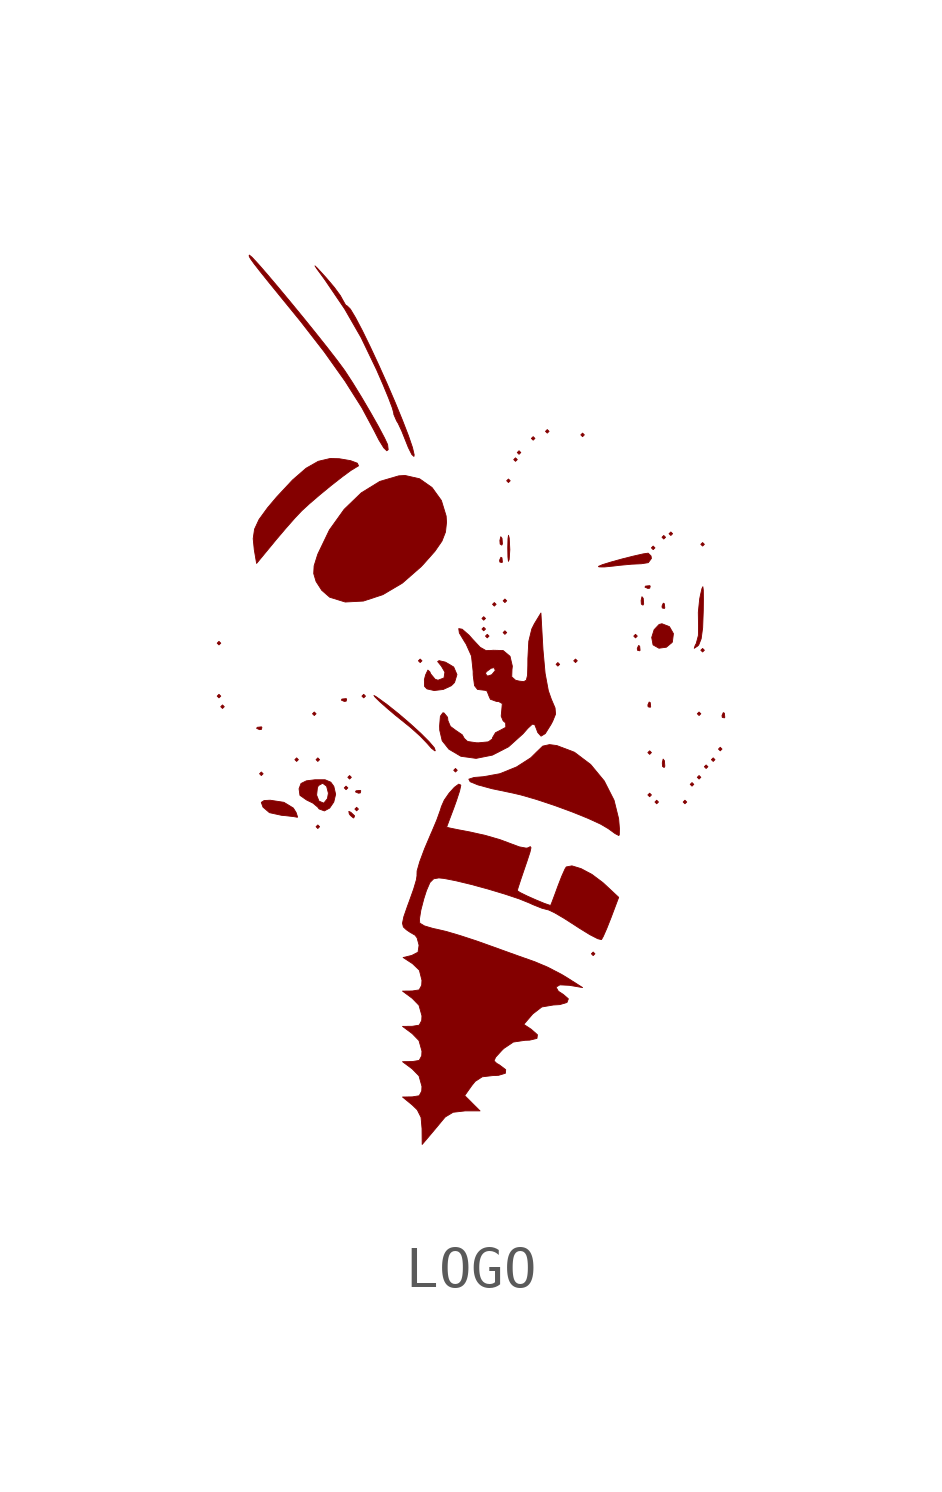
<source format=kicad_sym>
(kicad_symbol_lib
  (version 20220914)
  (generator bitmap2component)
  (symbol "LOGO"
    (pin_names
      (offset 1.016))
    (property "Reference" "#G"
      (at 0 11.218 0)
      (effects (font (size 1.27 1.27)) hide))
    (symbol "LOGO_0_0"
      (polyline (pts (xy -0.992 -10.489) (xy -0.821 -10.285) (xy -0.657 -10.087) (xy -0.625 -10.051) (xy -0.439 -9.939) (xy -0.151 -9.906) (xy 0.207 -9.906) (xy 0.023 -9.722) (xy -0.16 -9.539) (xy 0.01 -9.299) (xy 0.091 -9.198) (xy 0.261 -9.088) (xy 0.514 -9.059) (xy 0.651 -9.053) (xy 0.815 -9.004) (xy 0.823 -8.917) (xy 0.669 -8.801) (xy 0.608 -8.767) (xy 0.544 -8.705) (xy 0.581 -8.619) (xy 0.727 -8.459) (xy 0.776 -8.41) (xy 1.006 -8.255) (xy 1.286 -8.213) (xy 1.398 -8.209) (xy 1.573 -8.167) (xy 1.584 -8.08) (xy 1.433 -7.947) (xy 1.257 -7.831) (xy 1.457 -7.598) (xy 1.472 -7.581) (xy 1.689 -7.413) (xy 1.966 -7.366) (xy 2.12 -7.357) (xy 2.293 -7.305) (xy 2.326 -7.218) (xy 2.204 -7.113) (xy 2.086 -7.036) (xy 2.03 -6.937) (xy 2.123 -6.883) (xy 2.349 -6.894) (xy 2.667 -6.948) (xy 2.286 -6.706) (xy 2.168 -6.635) (xy 1.834 -6.461) (xy 1.524 -6.33) (xy 1.411 -6.29) (xy 1.102 -6.181) (xy 0.722 -6.044) (xy 0.328 -5.902) (xy 0.116 -5.827) (xy -0.269 -5.701) (xy -0.604 -5.602) (xy -0.836 -5.548) (xy -0.915 -5.532) (xy -1.127 -5.469) (xy -1.238 -5.402) (xy -1.246 -5.308) (xy -1.212 -5.093) (xy -1.14 -4.817) (xy -1.077 -4.62) (xy -0.994 -4.428) (xy -0.904 -4.339) (xy -0.781 -4.318) (xy -0.659 -4.33) (xy -0.373 -4.386) (xy -0.004 -4.475) (xy 0.403 -4.586) (xy 0.802 -4.706) (xy 1.147 -4.821) (xy 1.392 -4.92) (xy 1.476 -4.959) (xy 1.691 -5.045) (xy 1.825 -5.08) (xy 1.844 -5.083) (xy 1.988 -5.15) (xy 2.219 -5.285) (xy 2.498 -5.464) (xy 2.585 -5.521) (xy 2.841 -5.679) (xy 3.032 -5.777) (xy 3.12 -5.798) (xy 3.162 -5.724) (xy 3.248 -5.529) (xy 3.352 -5.266) (xy 3.533 -4.784) (xy 3.19 -4.464) (xy 3.154 -4.431) (xy 2.894 -4.236) (xy 2.632 -4.096) (xy 2.412 -4.029) (xy 2.276 -4.055) (xy 2.245 -4.105) (xy 2.166 -4.282) (xy 2.07 -4.53) (xy 2.01 -4.695) (xy 1.937 -4.89) (xy 1.903 -4.975) (xy 1.881 -4.974) (xy 1.75 -4.929) (xy 1.55 -4.846) (xy 1.338 -4.752) (xy 1.169 -4.669) (xy 1.101 -4.624) (xy 1.12 -4.556) (xy 1.181 -4.368) (xy 1.27 -4.106) (xy 1.334 -3.919) (xy 1.406 -3.7) (xy 1.43 -3.593) (xy 1.412 -3.568) (xy 1.357 -3.597) (xy 1.315 -3.604) (xy 1.144 -3.572) (xy 0.913 -3.485) (xy 0.693 -3.403) (xy 0.34 -3.3) (xy -0.021 -3.219) (xy -0.034 -3.216) (xy -0.316 -3.163) (xy -0.516 -3.122) (xy -0.593 -3.102) (xy -0.577 -3.055) (xy -0.515 -2.889) (xy -0.423 -2.645) (xy -0.356 -2.458) (xy -0.282 -2.23) (xy -0.254 -2.101) (xy -0.255 -2.091) (xy -0.303 -2.069) (xy -0.408 -2.146) (xy -0.535 -2.287) (xy -0.65 -2.453) (xy -0.719 -2.609) (xy -0.741 -2.684) (xy -0.831 -2.934) (xy -0.947 -3.209) (xy -0.969 -3.258) (xy -1.123 -3.62) (xy -1.238 -3.929) (xy -1.302 -4.152) (xy -1.305 -4.255) (xy -1.303 -4.259) (xy -1.32 -4.368) (xy -1.385 -4.587) (xy -1.487 -4.873) (xy -1.533 -4.997) (xy -1.621 -5.252) (xy -1.652 -5.405) (xy -1.631 -5.494) (xy -1.56 -5.561) (xy -1.466 -5.625) (xy -1.351 -5.691) (xy -1.302 -5.755) (xy -1.257 -5.922) (xy -1.255 -5.939) (xy -1.279 -6.1) (xy -1.432 -6.178) (xy -1.637 -6.227) (xy -1.411 -6.375) (xy -1.247 -6.532) (xy -1.185 -6.775) (xy -1.192 -6.894) (xy -1.252 -7.004) (xy -1.418 -7.03) (xy -1.651 -7.033) (xy -1.418 -7.206) (xy -1.256 -7.373) (xy -1.185 -7.627) (xy -1.191 -7.738) (xy -1.251 -7.85) (xy -1.418 -7.877) (xy -1.651 -7.879) (xy -1.418 -8.053) (xy -1.256 -8.22) (xy -1.185 -8.474) (xy -1.191 -8.585) (xy -1.251 -8.696) (xy -1.418 -8.723) (xy -1.651 -8.726) (xy -1.418 -8.9) (xy -1.256 -9.066) (xy -1.185 -9.32) (xy -1.191 -9.431) (xy -1.251 -9.543) (xy -1.418 -9.57) (xy -1.651 -9.573) (xy -1.418 -9.764) (xy -1.298 -9.88) (xy -1.207 -10.061) (xy -1.183 -10.332) (xy -1.18 -10.71) (xy -0.992 -10.489)) (stroke (width 0.01) (type default)) (fill (type outline)))
      (polyline (pts (xy 2.963 -6.138) (xy 2.921 -6.096) (xy 2.879 -6.138) (xy 2.921 -6.181) (xy 2.963 -6.138)) (stroke (width 0.01) (type default)) (fill (type outline)))
      (polyline (pts (xy 3.548 -3.279) (xy 3.551 -3.133) (xy 3.532 -2.9) (xy 3.422 -2.455) (xy 3.187 -1.993) (xy 2.861 -1.598) (xy 2.472 -1.304) (xy 2.05 -1.144) (xy 1.875 -1.121) (xy 1.712 -1.157) (xy 1.569 -1.295) (xy 1.425 -1.437) (xy 1.081 -1.658) (xy 0.679 -1.82) (xy 0.286 -1.891) (xy 0.065 -1.909) (xy -0.061 -1.95) (xy -0.029 -2.011) (xy 0.159 -2.088) (xy 0.497 -2.179) (xy 0.981 -2.28) (xy 1.183 -2.327) (xy 1.554 -2.434) (xy 1.973 -2.573) (xy 2.397 -2.728) (xy 2.785 -2.884) (xy 3.094 -3.025) (xy 3.282 -3.135) (xy 3.29 -3.141) (xy 3.447 -3.255) (xy 3.537 -3.302) (xy 3.548 -3.279)) (stroke (width 0.01) (type default)) (fill (type outline)))
      (polyline (pts (xy -3.641 -3.09) (xy -3.683 -3.048) (xy -3.725 -3.09) (xy -3.683 -3.133) (xy -3.641 -3.09)) (stroke (width 0.01) (type default)) (fill (type outline)))
      (polyline (pts (xy -4.17 -2.853) (xy -4.204 -2.749) (xy -4.271 -2.642) (xy -4.497 -2.505) (xy -4.823 -2.455) (xy -4.97 -2.462) (xy -5.039 -2.506) (xy -4.998 -2.62) (xy -4.997 -2.621) (xy -4.843 -2.753) (xy -4.551 -2.817) (xy -4.458 -2.825) (xy -4.26 -2.848) (xy -4.173 -2.864) (xy -4.17 -2.853)) (stroke (width 0.01) (type default)) (fill (type outline)))
      (polyline (pts (xy -2.82 -2.878) (xy -2.801 -2.829) (xy -2.892 -2.744) (xy -2.939 -2.723) (xy -2.929 -2.781) (xy -2.903 -2.818) (xy -2.831 -2.879) (xy -2.82 -2.878)) (stroke (width 0.01) (type default)) (fill (type outline)))
      (polyline (pts (xy -3.399 -2.643) (xy -3.3 -2.498) (xy -3.256 -2.312) (xy -3.299 -2.123) (xy -3.372 -2.022) (xy -3.509 -1.964) (xy -3.752 -1.964) (xy -3.958 -1.99) (xy -4.086 -2.054) (xy -4.133 -2.18) (xy -4.112 -2.332) (xy -3.712 -2.332) (xy -3.692 -2.152) (xy -3.667 -2.103) (xy -3.568 -2.048) (xy -3.472 -2.118) (xy -3.429 -2.286) (xy -3.452 -2.417) (xy -3.535 -2.519) (xy -3.548 -2.522) (xy -3.655 -2.476) (xy -3.712 -2.332) (xy -4.112 -2.332) (xy -4.11 -2.339) (xy -3.951 -2.45) (xy -3.802 -2.523) (xy -3.686 -2.619) (xy -3.652 -2.664) (xy -3.526 -2.711) (xy -3.399 -2.643)) (stroke (width 0.01) (type default)) (fill (type outline)))
      (polyline (pts (xy -2.709 -2.667) (xy -2.752 -2.625) (xy -2.794 -2.667) (xy -2.752 -2.709) (xy -2.709 -2.667)) (stroke (width 0.01) (type default)) (fill (type outline)))
      (polyline (pts (xy 4.487 -2.498) (xy 4.445 -2.455) (xy 4.403 -2.498) (xy 4.445 -2.54) (xy 4.487 -2.498)) (stroke (width 0.01) (type default)) (fill (type outline)))
      (polyline (pts (xy 5.165 -2.498) (xy 5.122 -2.455) (xy 5.08 -2.498) (xy 5.122 -2.54) (xy 5.165 -2.498)) (stroke (width 0.01) (type default)) (fill (type outline)))
      (polyline (pts (xy 4.318 -2.328) (xy 4.276 -2.286) (xy 4.233 -2.328) (xy 4.276 -2.371) (xy 4.318 -2.328)) (stroke (width 0.01) (type default)) (fill (type outline)))
      (polyline (pts (xy -2.664 -2.28) (xy -2.653 -2.229) (xy -2.665 -2.219) (xy -2.766 -2.229) (xy -2.779 -2.255) (xy -2.709 -2.286) (xy -2.664 -2.28)) (stroke (width 0.01) (type default)) (fill (type outline)))
      (polyline (pts (xy -2.963 -2.159) (xy -3.006 -2.117) (xy -3.048 -2.159) (xy -3.006 -2.201) (xy -2.963 -2.159)) (stroke (width 0.01) (type default)) (fill (type outline)))
      (polyline (pts (xy 5.334 -2.074) (xy 5.292 -2.032) (xy 5.249 -2.074) (xy 5.292 -2.117) (xy 5.334 -2.074)) (stroke (width 0.01) (type default)) (fill (type outline)))
      (polyline (pts (xy -2.879 -1.905) (xy -2.921 -1.863) (xy -2.963 -1.905) (xy -2.921 -1.947) (xy -2.879 -1.905)) (stroke (width 0.01) (type default)) (fill (type outline)))
      (polyline (pts (xy 5.503 -1.905) (xy 5.461 -1.863) (xy 5.419 -1.905) (xy 5.461 -1.947) (xy 5.503 -1.905)) (stroke (width 0.01) (type default)) (fill (type outline)))
      (polyline (pts (xy -4.995 -1.82) (xy -5.038 -1.778) (xy -5.08 -1.82) (xy -5.038 -1.863) (xy -4.995 -1.82)) (stroke (width 0.01) (type default)) (fill (type outline)))
      (polyline (pts (xy -0.339 -1.736) (xy -0.381 -1.693) (xy -0.423 -1.736) (xy -0.381 -1.778) (xy -0.339 -1.736)) (stroke (width 0.01) (type default)) (fill (type outline)))
      (polyline (pts (xy 4.64 -1.64) (xy 4.63 -1.508) (xy 4.599 -1.469) (xy 4.579 -1.559) (xy 4.585 -1.645) (xy 4.623 -1.67) (xy 4.64 -1.64)) (stroke (width 0.01) (type default)) (fill (type outline)))
      (polyline (pts (xy 5.673 -1.651) (xy 5.63 -1.609) (xy 5.588 -1.651) (xy 5.63 -1.693) (xy 5.673 -1.651)) (stroke (width 0.01) (type default)) (fill (type outline)))
      (polyline (pts (xy -4.149 -1.482) (xy -4.191 -1.439) (xy -4.233 -1.482) (xy -4.191 -1.524) (xy -4.149 -1.482)) (stroke (width 0.01) (type default)) (fill (type outline)))
      (polyline (pts (xy -3.641 -1.482) (xy -3.683 -1.439) (xy -3.725 -1.482) (xy -3.683 -1.524) (xy -3.641 -1.482)) (stroke (width 0.01) (type default)) (fill (type outline)))
      (polyline (pts (xy 5.842 -1.482) (xy 5.8 -1.439) (xy 5.757 -1.482) (xy 5.8 -1.524) (xy 5.842 -1.482)) (stroke (width 0.01) (type default)) (fill (type outline)))
      (polyline (pts (xy 0.504 -1.373) (xy 0.891 -1.174) (xy 1.237 -0.863) (xy 1.353 -0.731) (xy 1.461 -0.631) (xy 1.518 -0.64) (xy 1.561 -0.744) (xy 1.591 -0.828) (xy 1.671 -0.918) (xy 1.772 -0.857) (xy 1.909 -0.638) (xy 1.95 -0.56) (xy 2.019 -0.39) (xy 2.007 -0.242) (xy 1.917 -0.031) (xy 1.846 0.17) (xy 1.768 0.591) (xy 1.717 1.159) (xy 1.668 2.035) (xy 1.511 1.777) (xy 1.449 1.653) (xy 1.377 1.357) (xy 1.355 0.941) (xy 1.354 0.778) (xy 1.347 0.542) (xy 1.318 0.423) (xy 1.255 0.389) (xy 1.143 0.403) (xy 1.059 0.423) (xy 0.968 0.504) (xy 0.974 0.681) (xy 0.983 0.76) (xy 0.927 0.997) (xy 0.762 1.135) (xy 0.517 1.142) (xy 0.503 1.139) (xy 0.351 1.133) (xy 0.209 1.214) (xy 0.027 1.409) (xy -0.06 1.507) (xy -0.221 1.647) (xy -0.303 1.661) (xy -0.288 1.556) (xy -0.157 1.338) (xy -0.129 1.297) (xy 0.003 1.003) (xy 0.042 0.636) (xy 0.043 0.577) (xy 0.339 0.577) (xy 0.356 0.624) (xy 0.473 0.711) (xy 0.547 0.725) (xy 0.573 0.661) (xy 0.571 0.654) (xy 0.49 0.556) (xy 0.388 0.521) (xy 0.339 0.577) (xy 0.043 0.577) (xy 0.044 0.539) (xy 0.076 0.293) (xy 0.148 0.202) (xy 0.177 0.199) (xy 0.339 0.18) (xy 0.377 0.161) (xy 0.423 0.042) (xy 0.457 -0.034) (xy 0.602 -0.085) (xy 0.652 -0.087) (xy 0.742 -0.137) (xy 0.729 -0.291) (xy 0.715 -0.438) (xy 0.762 -0.55) (xy 0.822 -0.601) (xy 0.826 -0.706) (xy 0.677 -0.786) (xy 0.579 -0.835) (xy 0.508 -0.954) (xy 0.504 -0.984) (xy 0.407 -1.055) (xy 0.169 -1.078) (xy 0.121 -1.077) (xy -0.091 -1.046) (xy -0.169 -0.976) (xy -0.22 -0.885) (xy -0.373 -0.781) (xy -0.504 -0.684) (xy -0.563 -0.544) (xy -0.571 -0.466) (xy -0.656 -0.362) (xy -0.684 -0.358) (xy -0.743 -0.44) (xy -0.762 -0.674) (xy -0.759 -0.775) (xy -0.7 -1.028) (xy -0.538 -1.232) (xy -0.251 -1.401) (xy 0.113 -1.451) (xy 0.504 -1.373)) (stroke (width 0.01) (type default)) (fill (type outline)))
      (polyline (pts (xy 4.318 -1.312) (xy 4.276 -1.27) (xy 4.233 -1.312) (xy 4.276 -1.355) (xy 4.318 -1.312)) (stroke (width 0.01) (type default)) (fill (type outline)))
      (polyline (pts (xy -0.866 -1.268) (xy -0.888 -1.199) (xy -1.012 -1.053) (xy -1.212 -0.853) (xy -1.465 -0.622) (xy -1.745 -0.382) (xy -2.027 -0.157) (xy -2.286 0.03) (xy -2.337 0.058) (xy -2.307 0.015) (xy -2.193 -0.095) (xy -2.021 -0.248) (xy -1.817 -0.421) (xy -1.606 -0.59) (xy -1.458 -0.71) (xy -1.229 -0.915) (xy -1.073 -1.077) (xy -0.954 -1.211) (xy -0.877 -1.27) (xy -0.866 -1.268)) (stroke (width 0.01) (type default)) (fill (type outline)))
      (polyline (pts (xy 6.011 -1.228) (xy 5.969 -1.185) (xy 5.927 -1.228) (xy 5.969 -1.27) (xy 6.011 -1.228)) (stroke (width 0.01) (type default)) (fill (type outline)))
      (polyline (pts (xy -5.035 -0.756) (xy -5.024 -0.706) (xy -5.036 -0.695) (xy -5.136 -0.706) (xy -5.15 -0.731) (xy -5.08 -0.762) (xy -5.035 -0.756)) (stroke (width 0.01) (type default)) (fill (type outline)))
      (polyline (pts (xy 6.078 -0.467) (xy 6.068 -0.367) (xy 6.042 -0.354) (xy 6.011 -0.423) (xy 6.017 -0.468) (xy 6.068 -0.48) (xy 6.078 -0.467)) (stroke (width 0.01) (type default)) (fill (type outline)))
      (polyline (pts (xy -3.725 -0.381) (xy -3.768 -0.339) (xy -3.81 -0.381) (xy -3.768 -0.423) (xy -3.725 -0.381)) (stroke (width 0.01) (type default)) (fill (type outline)))
      (polyline (pts (xy 5.503 -0.381) (xy 5.461 -0.339) (xy 5.419 -0.381) (xy 5.461 -0.423) (xy 5.503 -0.381)) (stroke (width 0.01) (type default)) (fill (type outline)))
      (polyline (pts (xy -5.927 -0.212) (xy -5.969 -0.169) (xy -6.011 -0.212) (xy -5.969 -0.254) (xy -5.927 -0.212)) (stroke (width 0.01) (type default)) (fill (type outline)))
      (polyline (pts (xy 4.3 -0.213) (xy 4.29 -0.113) (xy 4.264 -0.1) (xy 4.233 -0.169) (xy 4.239 -0.214) (xy 4.29 -0.226) (xy 4.3 -0.213)) (stroke (width 0.01) (type default)) (fill (type outline)))
      (polyline (pts (xy -3.003 -0.079) (xy -2.992 -0.028) (xy -3.004 -0.018) (xy -3.104 -0.028) (xy -3.118 -0.054) (xy -3.048 -0.085) (xy -3.003 -0.079)) (stroke (width 0.01) (type default)) (fill (type outline)))
      (polyline (pts (xy -6.011 0.042) (xy -6.054 0.085) (xy -6.096 0.042) (xy -6.054 0) (xy -6.011 0.042)) (stroke (width 0.01) (type default)) (fill (type outline)))
      (polyline (pts (xy -2.54 0.042) (xy -2.582 0.085) (xy -2.625 0.042) (xy -2.582 0) (xy -2.54 0.042)) (stroke (width 0.01) (type default)) (fill (type outline)))
      (polyline (pts (xy -0.674 0.202) (xy -0.48 0.292) (xy -0.404 0.369) (xy -0.346 0.559) (xy -0.424 0.74) (xy -0.622 0.857) (xy -0.775 0.893) (xy -0.809 0.871) (xy -0.72 0.762) (xy -0.635 0.617) (xy -0.656 0.479) (xy -0.8 0.423) (xy -0.87 0.447) (xy -0.974 0.572) (xy -0.998 0.627) (xy -1.043 0.666) (xy -1.098 0.55) (xy -1.127 0.436) (xy -1.122 0.275) (xy -1.065 0.215) (xy -0.892 0.176) (xy -0.674 0.202)) (stroke (width 0.01) (type default)) (fill (type outline)))
      (polyline (pts (xy 2.117 0.804) (xy 2.074 0.847) (xy 2.032 0.804) (xy 2.074 0.762) (xy 2.117 0.804)) (stroke (width 0.01) (type default)) (fill (type outline)))
      (polyline (pts (xy -1.185 0.889) (xy -1.228 0.931) (xy -1.27 0.889) (xy -1.228 0.847) (xy -1.185 0.889)) (stroke (width 0.01) (type default)) (fill (type outline)))
      (polyline (pts (xy 2.54 0.889) (xy 2.498 0.931) (xy 2.455 0.889) (xy 2.498 0.847) (xy 2.54 0.889)) (stroke (width 0.01) (type default)) (fill (type outline)))
      (polyline (pts (xy 4.046 1.141) (xy 4.036 1.242) (xy 4.01 1.255) (xy 3.979 1.185) (xy 3.985 1.141) (xy 4.036 1.129) (xy 4.046 1.141)) (stroke (width 0.01) (type default)) (fill (type outline)))
      (polyline (pts (xy 5.588 1.143) (xy 5.546 1.185) (xy 5.503 1.143) (xy 5.546 1.101) (xy 5.588 1.143)) (stroke (width 0.01) (type default)) (fill (type outline)))
      (polyline (pts (xy 4.677 1.215) (xy 4.815 1.331) (xy 4.821 1.343) (xy 4.846 1.541) (xy 4.75 1.708) (xy 4.571 1.778) (xy 4.503 1.761) (xy 4.384 1.636) (xy 4.325 1.449) (xy 4.357 1.275) (xy 4.361 1.269) (xy 4.499 1.191) (xy 4.677 1.215)) (stroke (width 0.01) (type default)) (fill (type outline)))
      (polyline (pts (xy 5.428 1.244) (xy 5.453 1.27) (xy 5.511 1.417) (xy 5.547 1.682) (xy 5.562 2.091) (xy 5.565 2.355) (xy 5.563 2.583) (xy 5.552 2.666) (xy 5.529 2.619) (xy 5.492 2.455) (xy 5.476 2.374) (xy 5.443 2.052) (xy 5.447 1.771) (xy 5.449 1.75) (xy 5.445 1.498) (xy 5.394 1.305) (xy 5.367 1.256) (xy 5.346 1.189) (xy 5.428 1.244)) (stroke (width 0.01) (type default)) (fill (type outline)))
      (polyline (pts (xy -6.011 1.312) (xy -6.054 1.355) (xy -6.096 1.312) (xy -6.054 1.27) (xy -6.011 1.312)) (stroke (width 0.01) (type default)) (fill (type outline)))
      (polyline (pts (xy 0.423 1.482) (xy 0.381 1.524) (xy 0.339 1.482) (xy 0.381 1.439) (xy 0.423 1.482)) (stroke (width 0.01) (type default)) (fill (type outline)))
      (polyline (pts (xy 3.979 1.482) (xy 3.937 1.524) (xy 3.895 1.482) (xy 3.937 1.439) (xy 3.979 1.482)) (stroke (width 0.01) (type default)) (fill (type outline)))
      (polyline (pts (xy 0.847 1.566) (xy 0.804 1.609) (xy 0.762 1.566) (xy 0.804 1.524) (xy 0.847 1.566)) (stroke (width 0.01) (type default)) (fill (type outline)))
      (polyline (pts (xy 0.339 1.651) (xy 0.296 1.693) (xy 0.254 1.651) (xy 0.296 1.609) (xy 0.339 1.651)) (stroke (width 0.01) (type default)) (fill (type outline)))
      (polyline (pts (xy 0.339 1.905) (xy 0.296 1.947) (xy 0.254 1.905) (xy 0.296 1.863) (xy 0.339 1.905)) (stroke (width 0.01) (type default)) (fill (type outline)))
      (polyline (pts (xy 4.639 2.157) (xy 4.628 2.258) (xy 4.603 2.271) (xy 4.572 2.201) (xy 4.578 2.156) (xy 4.628 2.145) (xy 4.639 2.157)) (stroke (width 0.01) (type default)) (fill (type outline)))
      (polyline (pts (xy 0.593 2.244) (xy 0.55 2.286) (xy 0.508 2.244) (xy 0.55 2.201) (xy 0.593 2.244)) (stroke (width 0.01) (type default)) (fill (type outline)))
      (polyline (pts (xy 4.132 2.254) (xy 4.122 2.387) (xy 4.091 2.426) (xy 4.071 2.335) (xy 4.077 2.249) (xy 4.115 2.224) (xy 4.132 2.254)) (stroke (width 0.01) (type default)) (fill (type outline)))
      (polyline (pts (xy -2.59 2.322) (xy -2.124 2.475) (xy -1.656 2.752) (xy -1.209 3.143) (xy -1.145 3.211) (xy -0.874 3.517) (xy -0.706 3.76) (xy -0.621 3.978) (xy -0.596 4.209) (xy -0.605 4.36) (xy -0.719 4.733) (xy -0.943 5.044) (xy -1.243 5.255) (xy -1.59 5.334) (xy -1.741 5.325) (xy -2.196 5.192) (xy -2.64 4.918) (xy -3.05 4.523) (xy -3.405 4.027) (xy -3.681 3.452) (xy -3.692 3.421) (xy -3.772 3.165) (xy -3.781 2.98) (xy -3.725 2.792) (xy -3.588 2.579) (xy -3.396 2.413) (xy -3.025 2.299) (xy -2.59 2.322)) (stroke (width 0.01) (type default)) (fill (type outline)))
      (polyline (pts (xy 0.847 2.328) (xy 0.804 2.371) (xy 0.762 2.328) (xy 0.804 2.286) (xy 0.847 2.328)) (stroke (width 0.01) (type default)) (fill (type outline)))
      (polyline (pts (xy 4.278 2.631) (xy 4.29 2.681) (xy 4.277 2.691) (xy 4.177 2.681) (xy 4.164 2.656) (xy 4.233 2.625) (xy 4.278 2.631)) (stroke (width 0.01) (type default)) (fill (type outline)))
      (polyline (pts (xy 0.907 3.322) (xy 0.922 3.554) (xy 0.908 3.83) (xy 0.908 3.832) (xy 0.89 3.899) (xy 0.878 3.816) (xy 0.873 3.598) (xy 0.877 3.376) (xy 0.889 3.275) (xy 0.907 3.322)) (stroke (width 0.01) (type default)) (fill (type outline)))
      (polyline (pts (xy 3.42 3.163) (xy 3.541 3.178) (xy 3.843 3.206) (xy 4.076 3.217) (xy 4.243 3.243) (xy 4.318 3.344) (xy 4.309 3.403) (xy 4.24 3.471) (xy 4.118 3.453) (xy 3.893 3.402) (xy 3.619 3.333) (xy 3.352 3.259) (xy 3.144 3.195) (xy 3.048 3.154) (xy 3.061 3.141) (xy 3.192 3.14) (xy 3.42 3.163)) (stroke (width 0.01) (type default)) (fill (type outline)))
      (polyline (pts (xy -4.718 3.75) (xy -4.689 3.786) (xy -4.45 4.067) (xy -4.229 4.318) (xy -4.069 4.487) (xy -3.887 4.654) (xy -3.634 4.871) (xy -3.359 5.097) (xy -3.097 5.302) (xy -2.889 5.455) (xy -2.769 5.528) (xy -2.707 5.565) (xy -2.734 5.628) (xy -2.896 5.689) (xy -3.171 5.736) (xy -3.388 5.741) (xy -3.672 5.674) (xy -3.964 5.508) (xy -4.289 5.226) (xy -4.674 4.813) (xy -4.889 4.558) (xy -5.092 4.279) (xy -5.2 4.047) (xy -5.233 3.819) (xy -5.207 3.556) (xy -5.151 3.225) (xy -4.718 3.75)) (stroke (width 0.01) (type default)) (fill (type outline)))
      (polyline (pts (xy 0.744 3.258) (xy 0.734 3.358) (xy 0.708 3.372) (xy 0.677 3.302) (xy 0.683 3.257) (xy 0.734 3.246) (xy 0.744 3.258)) (stroke (width 0.01) (type default)) (fill (type outline)))
      (polyline (pts (xy 4.403 3.598) (xy 4.36 3.641) (xy 4.318 3.598) (xy 4.36 3.556) (xy 4.403 3.598)) (stroke (width 0.01) (type default)) (fill (type outline)))
      (polyline (pts (xy 0.745 3.694) (xy 0.735 3.826) (xy 0.705 3.865) (xy 0.684 3.775) (xy 0.69 3.689) (xy 0.729 3.664) (xy 0.745 3.694)) (stroke (width 0.01) (type default)) (fill (type outline)))
      (polyline (pts (xy 5.588 3.683) (xy 5.546 3.725) (xy 5.503 3.683) (xy 5.546 3.641) (xy 5.588 3.683)) (stroke (width 0.01) (type default)) (fill (type outline)))
      (polyline (pts (xy 4.657 3.852) (xy 4.614 3.895) (xy 4.572 3.852) (xy 4.614 3.81) (xy 4.657 3.852)) (stroke (width 0.01) (type default)) (fill (type outline)))
      (polyline (pts (xy 4.826 3.937) (xy 4.784 3.979) (xy 4.741 3.937) (xy 4.784 3.895) (xy 4.826 3.937)) (stroke (width 0.01) (type default)) (fill (type outline)))
      (polyline (pts (xy 0.931 5.207) (xy 0.889 5.249) (xy 0.847 5.207) (xy 0.889 5.165) (xy 0.931 5.207)) (stroke (width 0.01) (type default)) (fill (type outline)))
      (polyline (pts (xy 1.101 5.715) (xy 1.058 5.757) (xy 1.016 5.715) (xy 1.058 5.673) (xy 1.101 5.715)) (stroke (width 0.01) (type default)) (fill (type outline)))
      (polyline (pts (xy -1.372 5.829) (xy -1.412 6.002) (xy -1.509 6.286) (xy -1.651 6.653) (xy -1.825 7.078) (xy -2.021 7.533) (xy -2.226 7.991) (xy -2.429 8.426) (xy -2.617 8.811) (xy -2.779 9.119) (xy -2.902 9.324) (xy -2.976 9.398) (xy -3.016 9.421) (xy -3.087 9.546) (xy -3.142 9.647) (xy -3.288 9.846) (xy -3.482 10.075) (xy -3.533 10.131) (xy -3.694 10.307) (xy -3.751 10.361) (xy -3.71 10.297) (xy -3.579 10.118) (xy -3.512 10.026) (xy -3.04 9.33) (xy -2.644 8.641) (xy -2.274 7.872) (xy -2.118 7.514) (xy -1.985 7.192) (xy -1.896 6.955) (xy -1.863 6.836) (xy -1.859 6.797) (xy -1.792 6.642) (xy -1.758 6.589) (xy -1.671 6.404) (xy -1.571 6.154) (xy -1.511 6.003) (xy -1.428 5.837) (xy -1.378 5.791) (xy -1.372 5.829)) (stroke (width 0.01) (type default)) (fill (type outline)))
      (polyline (pts (xy 1.185 5.884) (xy 1.143 5.927) (xy 1.101 5.884) (xy 1.143 5.842) (xy 1.185 5.884)) (stroke (width 0.01) (type default)) (fill (type outline)))
      (polyline (pts (xy -1.995 5.953) (xy -2.009 6.075) (xy -2.081 6.229) (xy -2.228 6.507) (xy -2.421 6.848) (xy -2.634 7.211) (xy -2.844 7.553) (xy -3.026 7.832) (xy -3.055 7.874) (xy -3.223 8.101) (xy -3.454 8.399) (xy -3.729 8.745) (xy -4.029 9.117) (xy -4.337 9.492) (xy -4.633 9.848) (xy -4.898 10.161) (xy -5.114 10.409) (xy -5.263 10.569) (xy -5.325 10.62) (xy -5.33 10.612) (xy -5.325 10.581) (xy -5.288 10.519) (xy -5.207 10.407) (xy -5.069 10.23) (xy -4.862 9.972) (xy -4.572 9.615) (xy -4.188 9.144) (xy -4.097 9.032) (xy -3.524 8.293) (xy -3.028 7.595) (xy -2.626 6.96) (xy -2.333 6.413) (xy -2.215 6.182) (xy -2.101 5.997) (xy -2.029 5.927) (xy -1.995 5.953)) (stroke (width 0.01) (type default)) (fill (type outline)))
      (polyline (pts (xy 1.524 6.223) (xy 1.482 6.265) (xy 1.439 6.223) (xy 1.482 6.181) (xy 1.524 6.223)) (stroke (width 0.01) (type default)) (fill (type outline)))
      (polyline (pts (xy 2.709 6.308) (xy 2.667 6.35) (xy 2.625 6.308) (xy 2.667 6.265) (xy 2.709 6.308)) (stroke (width 0.01) (type default)) (fill (type outline)))
      (polyline (pts (xy 1.863 6.392) (xy 1.82 6.435) (xy 1.778 6.392) (xy 1.82 6.35) (xy 1.863 6.392)) (stroke (width 0.01) (type default)) (fill (type outline))))))
</source>
